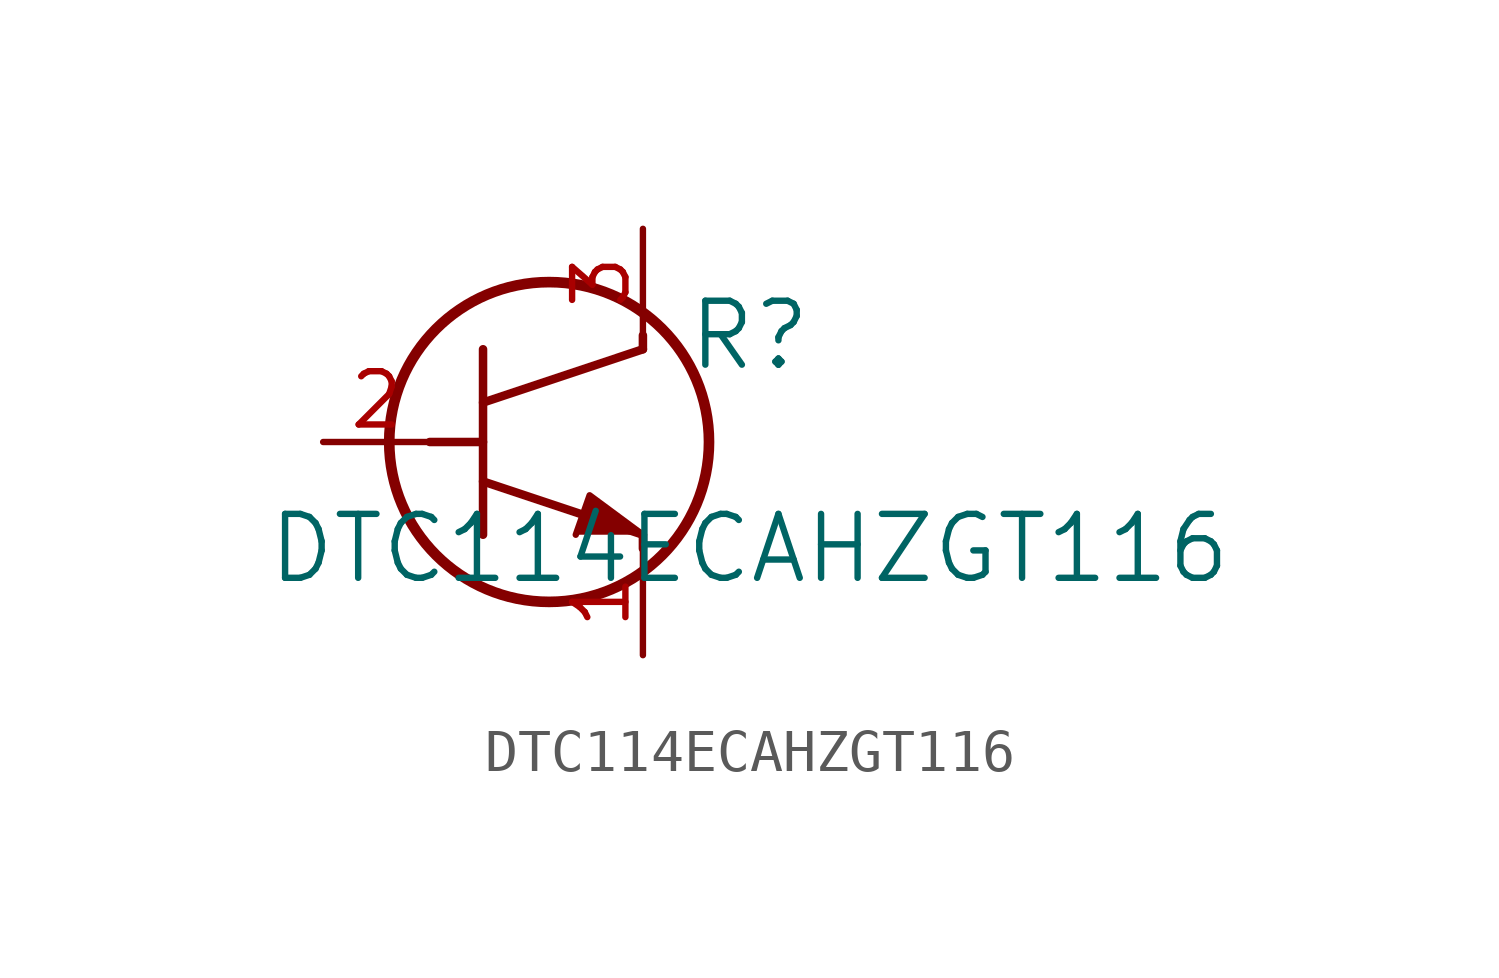
<source format=kicad_sym>
(kicad_symbol_lib
  (version 20241209)
  (generator "kicad_symbol_editor")
  (generator_version "9.0")
  (symbol "DTC114ECAHZGT116"
    (pin_names
      (offset 0.254))
    (property "Reference" "R"
      (at 10.16 2.54 0)
      (effects (font (size 1.524 1.524))))
    (property "Value" "DTC114ECAHZGT116"
      (at 10.16 -2.54 0)
      (effects (font (size 1.524 1.524))))
    (property "ki_locked" ""
      (at 0 0 0)
      (effects (font (size 1.27 1.27))))
    (symbol "DTC114ECAHZGT116_0_1"
      (polyline (pts (xy 2.54 0) (xy 3.81 0)) (stroke (width 0.203) (type default)) (fill (type none)))
      (polyline (pts (xy 3.81 0.94) (xy 7.62 2.21)) (stroke (width 0.203) (type default)) (fill (type none)))
      (polyline (pts (xy 3.81 -0.94) (xy 7.62 -2.21)) (stroke (width 0.203) (type default)) (fill (type none)))
      (polyline (pts (xy 3.81 -2.21) (xy 3.81 2.21)) (stroke (width 0.203) (type default)) (fill (type none)))
      (circle (center 5.385 0) (radius 3.81) (stroke (width 0.254) (type default)) (fill (type none)))
      (polyline (pts (xy 6.02 -2.21) (xy 6.35 -1.27) (xy 7.62 -2.21)) (stroke (width 0) (type default)) (fill (type outline)))
      (polyline (pts (xy 7.62 2.21) (xy 7.62 2.54)) (stroke (width 0.203) (type default)) (fill (type none)))
      (polyline (pts (xy 7.62 -2.54) (xy 7.62 -2.21)) (stroke (width 0.203) (type default)) (fill (type none))))
    (symbol "DTC114ECAHZGT116_1_1"
      (pin unspecified line (at 0 0 0) (length 2.54) (name "" (effects (font (size 1.27 1.27)))) (number "2" (effects (font (size 1.27 1.27)))))
      (pin unspecified line (at 7.62 5.08 270) (length 2.54) (name "" (effects (font (size 1.27 1.27)))) (number "3" (effects (font (size 1.27 1.27)))))
      (pin unspecified line (at 7.62 -5.08 90) (length 2.54) (name "" (effects (font (size 1.27 1.27)))) (number "1" (effects (font (size 1.27 1.27))))))))
</source>
